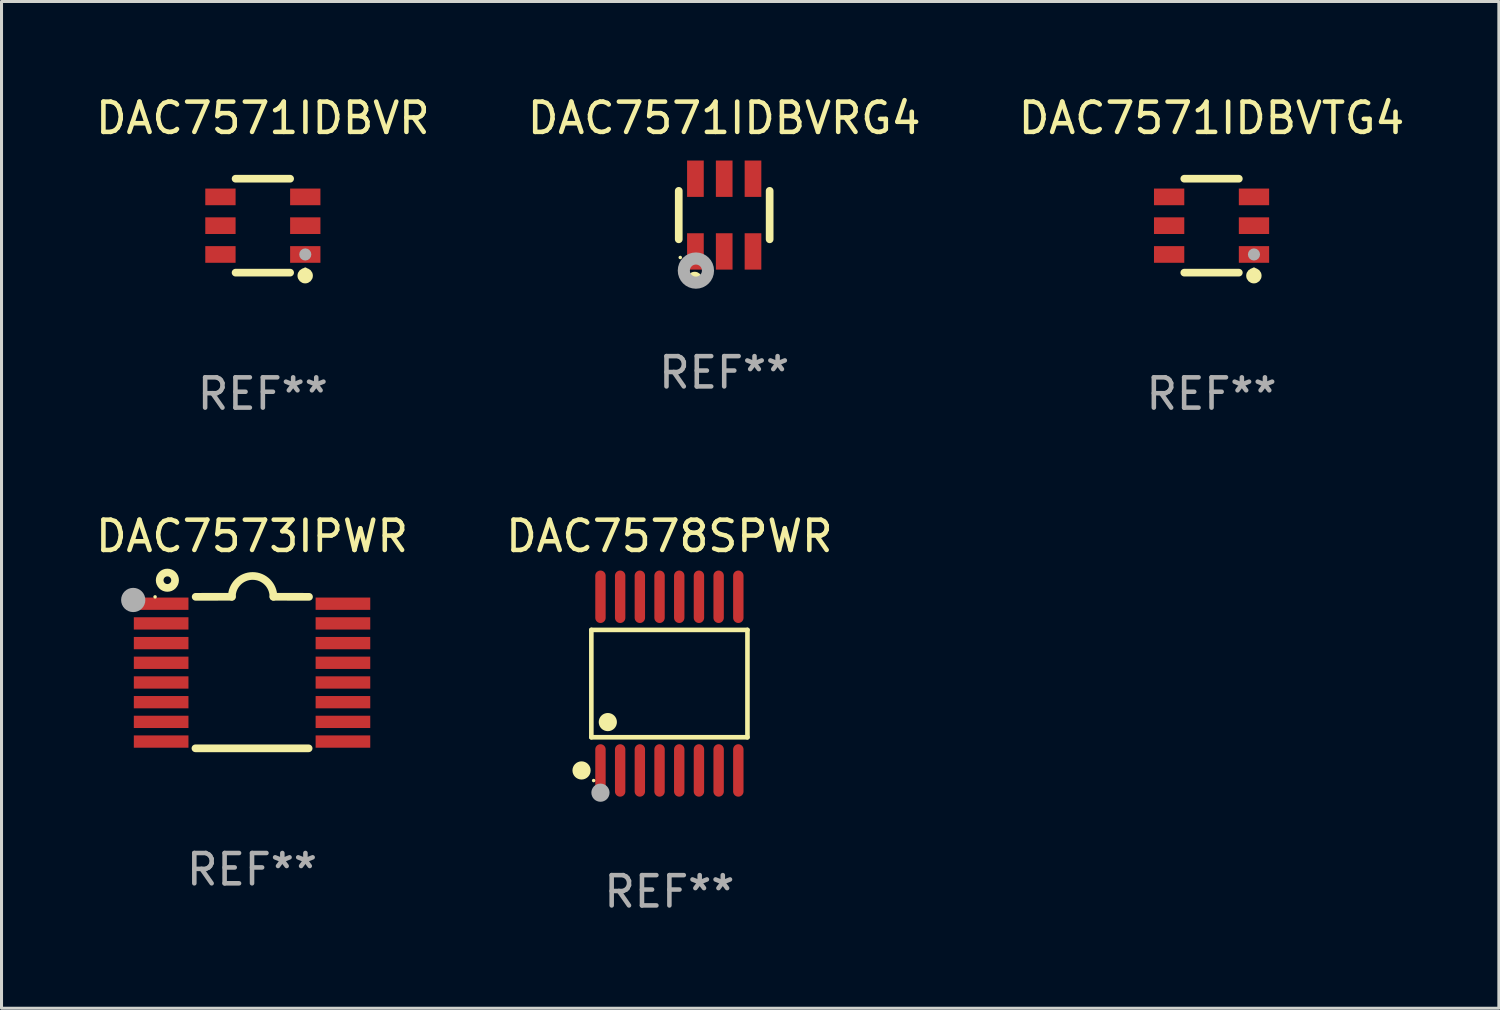
<source format=kicad_pcb>
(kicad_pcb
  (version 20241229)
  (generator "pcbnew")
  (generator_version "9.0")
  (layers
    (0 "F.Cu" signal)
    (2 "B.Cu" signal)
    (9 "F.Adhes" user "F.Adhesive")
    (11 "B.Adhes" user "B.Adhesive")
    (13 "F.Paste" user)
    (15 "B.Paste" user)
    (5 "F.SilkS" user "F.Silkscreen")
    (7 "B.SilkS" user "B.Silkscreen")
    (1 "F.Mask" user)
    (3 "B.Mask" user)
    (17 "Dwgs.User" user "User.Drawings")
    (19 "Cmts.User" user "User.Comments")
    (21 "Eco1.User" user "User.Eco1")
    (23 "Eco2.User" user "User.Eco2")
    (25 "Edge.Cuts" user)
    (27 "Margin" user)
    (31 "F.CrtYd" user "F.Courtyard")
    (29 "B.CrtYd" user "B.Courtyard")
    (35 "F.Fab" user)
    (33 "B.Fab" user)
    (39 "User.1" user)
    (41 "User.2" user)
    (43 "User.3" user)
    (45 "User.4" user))
  (footprint "DAC7571IDBVTG4"
    (layer "F.Cu")
    (at 36.935 4.398)
    (property "Reference" "DAC7571IDBVTG4" (at 0 -3.55 0) (layer "F.SilkS") (effects (font (size 1 1) (thickness 0.15))))
    (attr through_hole)
    (fp_line (start -0.9 -1.55) (end 0.9 -1.55) (stroke (width 0.254) (type solid)) (layer "F.SilkS"))
    (fp_line (start -0.9 1.55) (end 0.9 1.55) (stroke (width 0.254) (type solid)) (layer "F.SilkS"))
    (fp_circle (center 1.397 1.651) (end 1.524 1.651) (stroke (width 0.254) (type solid)) (fill no) (layer "F.SilkS"))
    (fp_circle (center 1.4 1.435) (end 1.43 1.435) (stroke (width 0.06) (type solid)) (fill no) (layer "F.SilkS"))
    (fp_circle (center 1.4 0.95) (end 1.5 0.95) (stroke (width 0.2) (type solid)) (fill no) (layer "F.Fab"))
    (fp_text user "REF**" (at 0 5.55 0) (layer "F.Fab") (effects (font (size 1 1) (thickness 0.15))))
    (pad "1" smd rect (at 1.4 0.95) (size 1 0.55) (layers "F.Cu" "F.Mask" "F.Paste"))
    (pad "2" smd rect (at 1.4 -0.000102) (size 1 0.55) (layers "F.Cu" "F.Mask" "F.Paste"))
    (pad "3" smd rect (at 1.4 -0.95) (size 1 0.55) (layers "F.Cu" "F.Mask" "F.Paste"))
    (pad "4" smd rect (at -1.4 -0.95) (size 1 0.55) (layers "F.Cu" "F.Mask" "F.Paste"))
    (pad "5" smd rect (at -1.4 -0.000102) (size 1 0.55) (layers "F.Cu" "F.Mask" "F.Paste"))
    (pad "6" smd rect (at -1.4 0.95) (size 1 0.55) (layers "F.Cu" "F.Mask" "F.Paste")))
  (footprint "DAC7571IDBVRG4"
    (layer "F.Cu")
    (at 20.851 4.048)
    (property "Reference" "DAC7571IDBVRG4" (at 0 -3.2 0) (layer "F.SilkS") (effects (font (size 1 1) (thickness 0.15))))
    (attr through_hole)
    (fp_line (start -1.5 0.8) (end -1.5 -0.8) (stroke (width 0.254) (type solid)) (layer "F.SilkS"))
    (fp_line (start 1.5 -0.8) (end 1.5 0.8) (stroke (width 0.254) (type solid)) (layer "F.SilkS"))
    (fp_circle (center -1.45 1.4) (end -1.42 1.4) (stroke (width 0.06) (type solid)) (fill no) (layer "F.SilkS"))
    (fp_circle (center -0.975 2.125) (end -0.848 2.125) (stroke (width 0.254) (type solid)) (fill no) (layer "F.SilkS"))
    (fp_circle (center -0.934 1.832) (end -0.735 1.832) (stroke (width 0.4) (type solid)) (fill no) (layer "F.Fab"))
    (fp_text user "REF**" (at 0 5.2 0) (layer "F.Fab") (effects (font (size 1 1) (thickness 0.15))))
    (pad "1" smd rect (at -0.95 1.2) (size 0.55 1.2) (layers "F.Cu" "F.Mask" "F.Paste"))
    (pad "2" smd rect (at 0 1.2) (size 0.55 1.2) (layers "F.Cu" "F.Mask" "F.Paste"))
    (pad "3" smd rect (at 0.95 1.2) (size 0.55 1.2) (layers "F.Cu" "F.Mask" "F.Paste"))
    (pad "4" smd rect (at 0.95 -1.2) (size 0.55 1.2) (layers "F.Cu" "F.Mask" "F.Paste"))
    (pad "5" smd rect (at 0 -1.2) (size 0.55 1.2) (layers "F.Cu" "F.Mask" "F.Paste"))
    (pad "6" smd rect (at -0.95 -1.2) (size 0.55 1.2) (layers "F.Cu" "F.Mask" "F.Paste")))
  (footprint "DAC7573IPWR"
    (layer "F.Cu")
    (at 5.268 19.146)
    (property "Reference" "DAC7573IPWR" (at 0 -4.501 0) (layer "F.SilkS") (effects (font (size 1 1) (thickness 0.15))))
    (attr through_hole)
    (fp_line (start -1.868 2.501) (end 1.868 2.501) (stroke (width 0.254) (type solid)) (layer "F.SilkS"))
    (fp_line (start -1.86 -2.499) (end -0.666 -2.501) (stroke (width 0.254) (type solid)) (layer "F.SilkS"))
    (fp_line (start 0.706 -2.501) (end 1.88 -2.499) (stroke (width 0.254) (type solid)) (layer "F.SilkS"))
    (fp_arc (start -0.665914 -2.501448) (mid 0.019888 -3.18725) (end 0.70569 -2.501448) (stroke (width 0.254001) (type solid)) (layer "F.SilkS"))
    (fp_circle (center -3.2 -2.497) (end -3.17 -2.497) (stroke (width 0.06) (type solid)) (fill no) (layer "F.SilkS"))
    (fp_circle (center -2.794 -3.047) (end -2.54 -3.047) (stroke (width 0.254) (type solid)) (fill no) (layer "F.SilkS"))
    (fp_circle (center -3.921 -2.395) (end -3.721 -2.395) (stroke (width 0.4) (type solid)) (fill no) (layer "F.Fab"))
    (fp_text user "REF**" (at 0 6.501 0) (layer "F.Fab") (effects (font (size 1 1) (thickness 0.15))))
    (pad "1" smd rect (at -3 -2.272) (size 1.803 0.406) (layers "F.Cu" "F.Mask" "F.Paste"))
    (pad "2" smd rect (at -3 -1.622) (size 1.803 0.406) (layers "F.Cu" "F.Mask" "F.Paste"))
    (pad "3" smd rect (at -3 -0.972) (size 1.803 0.406) (layers "F.Cu" "F.Mask" "F.Paste"))
    (pad "4" smd rect (at -3 -0.322) (size 1.803 0.406) (layers "F.Cu" "F.Mask" "F.Paste"))
    (pad "5" smd rect (at -3 0.328) (size 1.803 0.406) (layers "F.Cu" "F.Mask" "F.Paste"))
    (pad "6" smd rect (at -3 0.978) (size 1.803 0.406) (layers "F.Cu" "F.Mask" "F.Paste"))
    (pad "7" smd rect (at -3 1.628) (size 1.803 0.406) (layers "F.Cu" "F.Mask" "F.Paste"))
    (pad "8" smd rect (at -3 2.278) (size 1.803 0.406) (layers "F.Cu" "F.Mask" "F.Paste"))
    (pad "9" smd rect (at 3 2.278) (size 1.803 0.406) (layers "F.Cu" "F.Mask" "F.Paste"))
    (pad "10" smd rect (at 3 1.628) (size 1.803 0.406) (layers "F.Cu" "F.Mask" "F.Paste"))
    (pad "11" smd rect (at 3 0.978) (size 1.803 0.406) (layers "F.Cu" "F.Mask" "F.Paste"))
    (pad "12" smd rect (at 3 0.328) (size 1.803 0.406) (layers "F.Cu" "F.Mask" "F.Paste"))
    (pad "13" smd rect (at 3 -0.322) (size 1.803 0.406) (layers "F.Cu" "F.Mask" "F.Paste"))
    (pad "14" smd rect (at 3 -0.972) (size 1.803 0.406) (layers "F.Cu" "F.Mask" "F.Paste"))
    (pad "15" smd rect (at 3 -1.622) (size 1.803 0.406) (layers "F.Cu" "F.Mask" "F.Paste"))
    (pad "16" smd rect (at 3 -2.272) (size 1.803 0.406) (layers "F.Cu" "F.Mask" "F.Paste")))
  (footprint "DAC7578SPWR"
    (layer "F.Cu")
    (at 19.042 19.511)
    (property "Reference" "DAC7578SPWR" (at 0 -4.866 0) (layer "F.SilkS") (effects (font (size 1 1) (thickness 0.15))))
    (attr through_hole)
    (fp_line (start -2.576 -1.772) (end 2.576 -1.772) (stroke (width 0.152) (type solid)) (layer "F.SilkS"))
    (fp_line (start -2.576 1.771) (end -2.576 -1.772) (stroke (width 0.152) (type solid)) (layer "F.SilkS"))
    (fp_line (start 2.576 -1.772) (end 2.576 1.771) (stroke (width 0.152) (type solid)) (layer "F.SilkS"))
    (fp_line (start 2.576 1.771) (end -2.576 1.771) (stroke (width 0.152) (type solid)) (layer "F.SilkS"))
    (fp_circle (center -2.899 2.866) (end -2.749 2.866) (stroke (width 0.3) (type solid)) (fill no) (layer "F.SilkS"))
    (fp_circle (center -2.5 3.2) (end -2.47 3.2) (stroke (width 0.06) (type solid)) (fill no) (layer "F.SilkS"))
    (fp_circle (center -2.032 1.27) (end -1.882 1.27) (stroke (width 0.3) (type solid)) (fill no) (layer "F.SilkS"))
    (fp_circle (center -2.275 3.6) (end -2.125 3.6) (stroke (width 0.3) (type solid)) (fill no) (layer "F.Fab"))
    (fp_text user "REF**" (at 0 6.866 0) (layer "F.Fab") (effects (font (size 1 1) (thickness 0.15))))
    (pad "1" smd oval (at -2.275 2.866) (size 0.343 1.731) (layers "F.Cu" "F.Mask" "F.Paste"))
    (pad "2" smd oval (at -1.625 2.866) (size 0.343 1.731) (layers "F.Cu" "F.Mask" "F.Paste"))
    (pad "3" smd oval (at -0.975 2.866) (size 0.343 1.731) (layers "F.Cu" "F.Mask" "F.Paste"))
    (pad "4" smd oval (at -0.325 2.866) (size 0.343 1.731) (layers "F.Cu" "F.Mask" "F.Paste"))
    (pad "5" smd oval (at 0.325 2.866) (size 0.343 1.731) (layers "F.Cu" "F.Mask" "F.Paste"))
    (pad "6" smd oval (at 0.975 2.866) (size 0.343 1.731) (layers "F.Cu" "F.Mask" "F.Paste"))
    (pad "7" smd oval (at 1.625 2.866) (size 0.343 1.731) (layers "F.Cu" "F.Mask" "F.Paste"))
    (pad "8" smd oval (at 2.275 2.866) (size 0.343 1.731) (layers "F.Cu" "F.Mask" "F.Paste"))
    (pad "9" smd oval (at 2.275 -2.866) (size 0.343 1.731) (layers "F.Cu" "F.Mask" "F.Paste"))
    (pad "10" smd oval (at 1.625 -2.866) (size 0.343 1.731) (layers "F.Cu" "F.Mask" "F.Paste"))
    (pad "11" smd oval (at 0.975 -2.866) (size 0.343 1.731) (layers "F.Cu" "F.Mask" "F.Paste"))
    (pad "12" smd oval (at 0.325 -2.866) (size 0.343 1.731) (layers "F.Cu" "F.Mask" "F.Paste"))
    (pad "13" smd oval (at -0.325 -2.866) (size 0.343 1.731) (layers "F.Cu" "F.Mask" "F.Paste"))
    (pad "14" smd oval (at -0.975 -2.866) (size 0.343 1.731) (layers "F.Cu" "F.Mask" "F.Paste"))
    (pad "15" smd oval (at -1.625 -2.866) (size 0.343 1.731) (layers "F.Cu" "F.Mask" "F.Paste"))
    (pad "16" smd oval (at -2.275 -2.866) (size 0.343 1.731) (layers "F.Cu" "F.Mask" "F.Paste")))
  (footprint "DAC7571IDBVR"
    (layer "F.Cu")
    (at 5.625 4.398)
    (property "Reference" "DAC7571IDBVR" (at 0 -3.55 0) (layer "F.SilkS") (effects (font (size 1 1) (thickness 0.15))))
    (attr through_hole)
    (fp_line (start -0.9 -1.55) (end 0.9 -1.55) (stroke (width 0.254) (type solid)) (layer "F.SilkS"))
    (fp_line (start -0.9 1.55) (end 0.9 1.55) (stroke (width 0.254) (type solid)) (layer "F.SilkS"))
    (fp_circle (center 1.397 1.651) (end 1.524 1.651) (stroke (width 0.254) (type solid)) (fill no) (layer "F.SilkS"))
    (fp_circle (center 1.4 1.435) (end 1.43 1.435) (stroke (width 0.06) (type solid)) (fill no) (layer "F.SilkS"))
    (fp_circle (center 1.4 0.95) (end 1.5 0.95) (stroke (width 0.2) (type solid)) (fill no) (layer "F.Fab"))
    (fp_text user "REF**" (at 0 5.55 0) (layer "F.Fab") (effects (font (size 1 1) (thickness 0.15))))
    (pad "1" smd rect (at 1.4 0.95) (size 1 0.55) (layers "F.Cu" "F.Mask" "F.Paste"))
    (pad "2" smd rect (at 1.4 -0.000102) (size 1 0.55) (layers "F.Cu" "F.Mask" "F.Paste"))
    (pad "3" smd rect (at 1.4 -0.95) (size 1 0.55) (layers "F.Cu" "F.Mask" "F.Paste"))
    (pad "4" smd rect (at -1.4 -0.95) (size 1 0.55) (layers "F.Cu" "F.Mask" "F.Paste"))
    (pad "5" smd rect (at -1.4 -0.000102) (size 1 0.55) (layers "F.Cu" "F.Mask" "F.Paste"))
    (pad "6" smd rect (at -1.4 0.95) (size 1 0.55) (layers "F.Cu" "F.Mask" "F.Paste")))
  (gr_rect
    (start -3 -3)
    (end 46.417 30.225)
    (stroke (width 0.1) (type default))
    (fill no)
    (layer "Edge.Cuts")))
</source>
